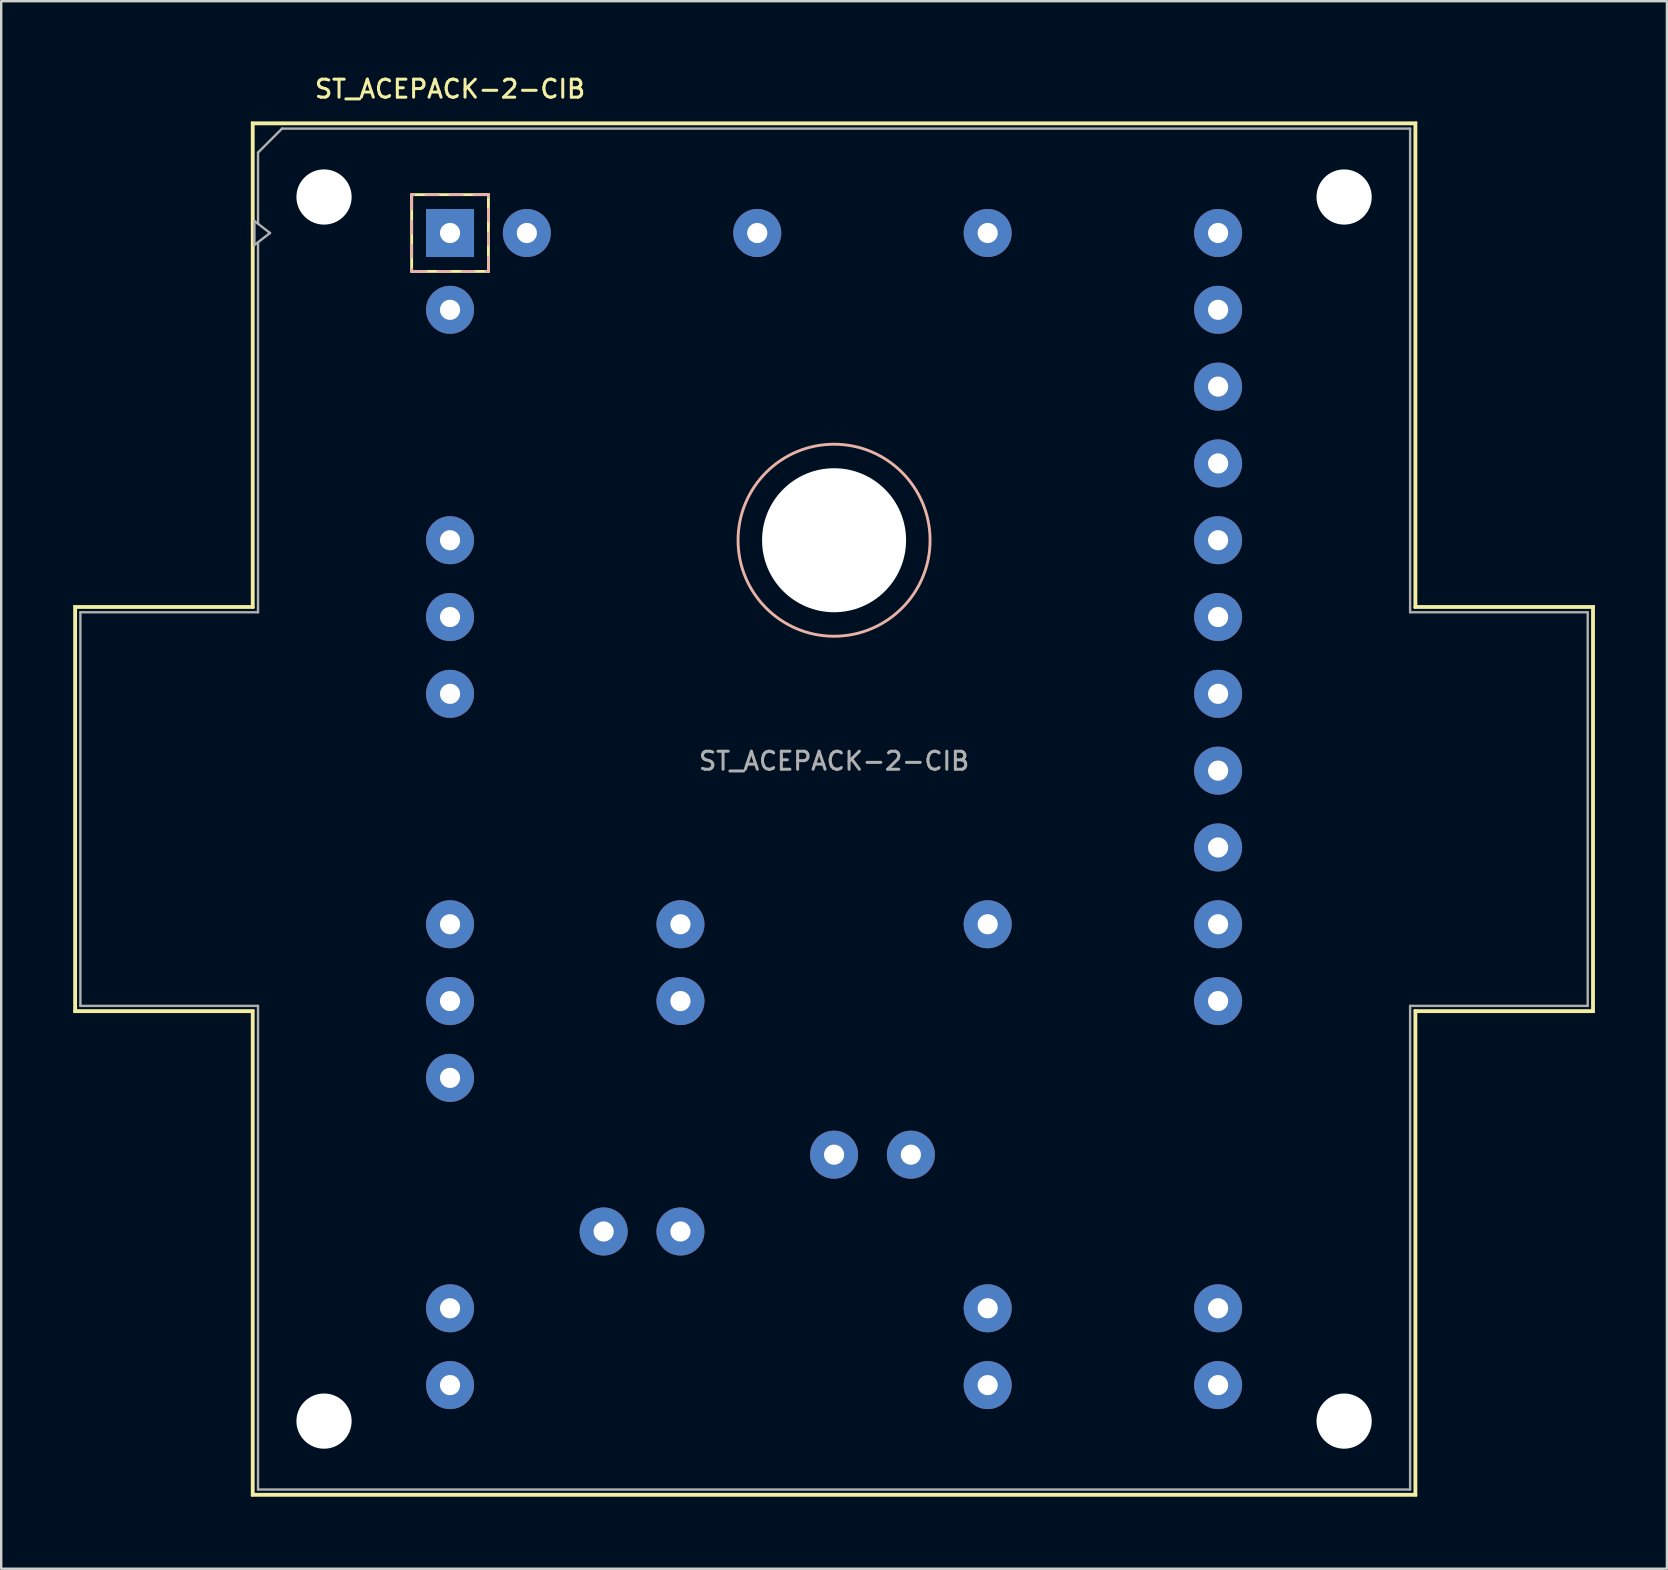
<source format=kicad_pcb>
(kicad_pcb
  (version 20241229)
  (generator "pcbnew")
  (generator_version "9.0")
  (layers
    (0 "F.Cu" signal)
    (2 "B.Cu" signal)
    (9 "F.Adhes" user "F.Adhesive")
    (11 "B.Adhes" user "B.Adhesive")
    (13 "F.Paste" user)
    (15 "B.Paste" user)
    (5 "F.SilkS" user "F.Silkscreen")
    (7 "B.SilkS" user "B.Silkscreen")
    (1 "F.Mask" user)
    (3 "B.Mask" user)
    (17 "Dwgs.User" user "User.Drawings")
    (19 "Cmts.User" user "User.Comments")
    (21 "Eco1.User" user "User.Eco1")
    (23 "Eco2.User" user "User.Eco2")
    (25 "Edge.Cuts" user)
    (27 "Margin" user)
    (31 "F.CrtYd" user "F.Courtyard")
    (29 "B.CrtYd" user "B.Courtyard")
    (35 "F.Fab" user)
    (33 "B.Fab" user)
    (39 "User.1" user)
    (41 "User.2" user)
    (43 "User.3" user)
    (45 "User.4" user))
  (footprint "ST_ACEPACK-2-CIB"
    (layer "F.Cu")
    (at 15.7 6.658)
    (property "Reference" "ST_ACEPACK-2-CIB" (at 0 -6 180) (layer "F.SilkS") (effects (font (size 0.75 0.75) (thickness 0.125))))
    (attr through_hole)
    (fp_line (start -15.65 15.55) (end -15.65 32.45) (stroke (width 0.1) (type solid)) (layer "F.SilkS"))
    (fp_line (start -15.65 32.45) (end -8.25 32.45) (stroke (width 0.1) (type solid)) (layer "F.SilkS"))
    (fp_line (start -15.6 15.6) (end -15.6 32.4) (stroke (width 0.12) (type solid)) (layer "F.SilkS"))
    (fp_line (start -15.6 32.4) (end -8.2 32.4) (stroke (width 0.12) (type solid)) (layer "F.SilkS"))
    (fp_line (start -8.25 -4.6) (end -8.25 15.55) (stroke (width 0.1) (type solid)) (layer "F.SilkS"))
    (fp_line (start -8.25 15.55) (end -15.65 15.55) (stroke (width 0.1) (type solid)) (layer "F.SilkS"))
    (fp_line (start -8.25 32.45) (end -8.25 52.6) (stroke (width 0.1) (type solid)) (layer "F.SilkS"))
    (fp_line (start -8.25 52.6) (end 40.25 52.6) (stroke (width 0.1) (type solid)) (layer "F.SilkS"))
    (fp_line (start -8.2 -4.55) (end -8.2 15.6) (stroke (width 0.12) (type solid)) (layer "F.SilkS"))
    (fp_line (start -8.2 15.6) (end -15.6 15.6) (stroke (width 0.12) (type solid)) (layer "F.SilkS"))
    (fp_line (start -8.2 32.4) (end -8.2 52.55) (stroke (width 0.12) (type solid)) (layer "F.SilkS"))
    (fp_line (start -8.2 52.55) (end 40.2 52.55) (stroke (width 0.12) (type solid)) (layer "F.SilkS"))
    (fp_line (start -1.6 -1.6) (end 1.6 -1.6) (stroke (width 0.12) (type solid)) (layer "F.SilkS"))
    (fp_line (start -1.6 1.6) (end -1.6 -1.6) (stroke (width 0.12) (type solid)) (layer "F.SilkS"))
    (fp_line (start 1.6 -1.6) (end 1.6 1.6) (stroke (width 0.12) (type solid)) (layer "F.SilkS"))
    (fp_line (start 1.6 1.6) (end -1.6 1.6) (stroke (width 0.12) (type solid)) (layer "F.SilkS"))
    (fp_line (start 40.2 -4.55) (end -8.2 -4.55) (stroke (width 0.12) (type solid)) (layer "F.SilkS"))
    (fp_line (start 40.2 15.6) (end 40.2 -4.55) (stroke (width 0.12) (type solid)) (layer "F.SilkS"))
    (fp_line (start 40.2 32.4) (end 47.6 32.4) (stroke (width 0.12) (type solid)) (layer "F.SilkS"))
    (fp_line (start 40.2 52.55) (end 40.2 32.4) (stroke (width 0.12) (type solid)) (layer "F.SilkS"))
    (fp_line (start 40.25 -4.6) (end -8.25 -4.6) (stroke (width 0.1) (type solid)) (layer "F.SilkS"))
    (fp_line (start 40.25 15.55) (end 40.25 -4.6) (stroke (width 0.1) (type solid)) (layer "F.SilkS"))
    (fp_line (start 40.25 32.45) (end 47.65 32.45) (stroke (width 0.1) (type solid)) (layer "F.SilkS"))
    (fp_line (start 40.25 52.6) (end 40.25 32.45) (stroke (width 0.1) (type solid)) (layer "F.SilkS"))
    (fp_line (start 47.6 15.6) (end 40.2 15.6) (stroke (width 0.12) (type solid)) (layer "F.SilkS"))
    (fp_line (start 47.6 32.4) (end 47.6 15.6) (stroke (width 0.12) (type solid)) (layer "F.SilkS"))
    (fp_line (start 47.65 15.55) (end 40.25 15.55) (stroke (width 0.1) (type solid)) (layer "F.SilkS"))
    (fp_line (start 47.65 32.45) (end 47.65 15.55) (stroke (width 0.1) (type solid)) (layer "F.SilkS"))
    (fp_line (start -1.6 -1.6) (end -1.6 -1) (stroke (width 0.12) (type solid)) (layer "B.SilkS"))
    (fp_line (start -1.6 -0.5) (end -1.6 0) (stroke (width 0.12) (type solid)) (layer "B.SilkS"))
    (fp_line (start -1.6 0.5) (end -1.6 1) (stroke (width 0.12) (type solid)) (layer "B.SilkS"))
    (fp_line (start -1.6 1.5) (end -1.6 1.6) (stroke (width 0.12) (type solid)) (layer "B.SilkS"))
    (fp_line (start -1.6 1.6) (end -1 1.6) (stroke (width 0.12) (type solid)) (layer "B.SilkS"))
    (fp_line (start -1.5 -1.6) (end -1.6 -1.6) (stroke (width 0.12) (type solid)) (layer "B.SilkS"))
    (fp_line (start -0.5 -1.6) (end -1 -1.6) (stroke (width 0.12) (type solid)) (layer "B.SilkS"))
    (fp_line (start -0.5 1.6) (end 0 1.6) (stroke (width 0.12) (type solid)) (layer "B.SilkS"))
    (fp_line (start 0.5 -1.6) (end 0 -1.6) (stroke (width 0.12) (type solid)) (layer "B.SilkS"))
    (fp_line (start 0.5 1.6) (end 1 1.6) (stroke (width 0.12) (type solid)) (layer "B.SilkS"))
    (fp_line (start 1.5 1.6) (end 1.6 1.6) (stroke (width 0.12) (type solid)) (layer "B.SilkS"))
    (fp_line (start 1.6 -1.6) (end 1 -1.6) (stroke (width 0.12) (type solid)) (layer "B.SilkS"))
    (fp_line (start 1.6 -1.5) (end 1.6 -1.6) (stroke (width 0.12) (type solid)) (layer "B.SilkS"))
    (fp_line (start 1.6 -0.5) (end 1.6 -1) (stroke (width 0.12) (type solid)) (layer "B.SilkS"))
    (fp_line (start 1.6 0.5) (end 1.6 0) (stroke (width 0.12) (type solid)) (layer "B.SilkS"))
    (fp_line (start 1.6 1.6) (end 1.6 1) (stroke (width 0.12) (type solid)) (layer "B.SilkS"))
    (fp_circle (center 16 12.8) (end 16 16.8) (stroke (width 0.12) (type solid)) (fill no) (layer "B.SilkS"))
    (fp_line (start -15.4 15.8) (end -15.4 32.2) (stroke (width 0.1) (type solid)) (layer "F.Fab"))
    (fp_line (start -15.4 15.8) (end -8 15.8) (stroke (width 0.1) (type solid)) (layer "F.Fab"))
    (fp_line (start -15.4 32.2) (end -8 32.2) (stroke (width 0.1) (type solid)) (layer "F.Fab"))
    (fp_line (start -8.15 -0.5) (end -8.15 0.5) (stroke (width 0.1) (type solid)) (layer "F.Fab"))
    (fp_line (start -8.15 0.5) (end -7.5 0) (stroke (width 0.1) (type solid)) (layer "F.Fab"))
    (fp_line (start -8 -0.4) (end -8 -3.35) (stroke (width 0.1) (type solid)) (layer "F.Fab"))
    (fp_line (start -8 0.4) (end -8 15.8) (stroke (width 0.1) (type solid)) (layer "F.Fab"))
    (fp_line (start -8 32.2) (end -8 52.35) (stroke (width 0.1) (type solid)) (layer "F.Fab"))
    (fp_line (start -8 52.35) (end 40 52.35) (stroke (width 0.1) (type solid)) (layer "F.Fab"))
    (fp_line (start -7.5 0) (end -8.15 -0.5) (stroke (width 0.1) (type solid)) (layer "F.Fab"))
    (fp_line (start -7 -4.35) (end -8 -3.35) (stroke (width 0.1) (type solid)) (layer "F.Fab"))
    (fp_line (start 40 -4.35) (end -7 -4.35) (stroke (width 0.1) (type solid)) (layer "F.Fab"))
    (fp_line (start 40 15.8) (end 40 -4.35) (stroke (width 0.1) (type solid)) (layer "F.Fab"))
    (fp_line (start 40 52.35) (end 40 32.2) (stroke (width 0.1) (type solid)) (layer "F.Fab"))
    (fp_line (start 47.4 15.8) (end 40 15.8) (stroke (width 0.1) (type solid)) (layer "F.Fab"))
    (fp_line (start 47.4 15.8) (end 47.4 32.2) (stroke (width 0.1) (type solid)) (layer "F.Fab"))
    (fp_line (start 47.4 32.2) (end 40 32.2) (stroke (width 0.1) (type solid)) (layer "F.Fab"))
    (fp_text user "${REFERENCE}" (at 16 22 0) (layer "F.Fab") (effects (font (size 0.75 0.75) (thickness 0.125))))
    (pad "" np_thru_hole circle (at -5.25 -1.5) (size 2.3 2.3) (drill 2.3) (layers "*.Cu" "*.Mask"))
    (pad "" np_thru_hole circle (at -5.25 49.5 90) (size 2.3 2.3) (drill 2.3) (layers "*.Cu" "*.Mask"))
    (pad "" np_thru_hole circle (at 16 12.8 90) (size 6 6) (drill 6) (layers "*.Cu" "*.Mask"))
    (pad "" np_thru_hole circle (at 37.25 -1.5 270) (size 2.3 2.3) (drill 2.3) (layers "*.Cu" "*.Mask"))
    (pad "" np_thru_hole circle (at 37.25 49.5 270) (size 2.3 2.3) (drill 2.3) (layers "*.Cu" "*.Mask"))
    (pad "B" thru_hole circle (at 22.4 28.8) (size 2 2) (drill 0.84) (layers "*.Cu" "*.Mask"))
    (pad "EU" thru_hole circle (at 32 19.2) (size 2 2) (drill 0.84) (layers "*.Cu" "*.Mask"))
    (pad "EU" thru_hole circle (at 32 22.4) (size 2 2) (drill 0.84) (layers "*.Cu" "*.Mask"))
    (pad "EV" thru_hole circle (at 32 9.6) (size 2 2) (drill 0.84) (layers "*.Cu" "*.Mask"))
    (pad "EV" thru_hole circle (at 32 12.8) (size 2 2) (drill 0.84) (layers "*.Cu" "*.Mask"))
    (pad "EW" thru_hole circle (at 32 0) (size 2 2) (drill 0.84) (layers "*.Cu" "*.Mask"))
    (pad "EW" thru_hole circle (at 32 3.2) (size 2 2) (drill 0.84) (layers "*.Cu" "*.Mask"))
    (pad "G1" thru_hole circle (at 0 28.8) (size 2 2) (drill 0.84) (layers "*.Cu" "*.Mask"))
    (pad "G2" thru_hole circle (at 32 25.6) (size 2 2) (drill 0.84) (layers "*.Cu" "*.Mask"))
    (pad "G3" thru_hole circle (at 0 12.8) (size 2 2) (drill 0.84) (layers "*.Cu" "*.Mask"))
    (pad "G4" thru_hole circle (at 32 16) (size 2 2) (drill 0.84) (layers "*.Cu" "*.Mask"))
    (pad "G5" thru_hole circle (at 3.2 0) (size 2 2) (drill 0.84) (layers "*.Cu" "*.Mask"))
    (pad "G6" thru_hole circle (at 32 6.4) (size 2 2) (drill 0.84) (layers "*.Cu" "*.Mask"))
    (pad "GB" thru_hole circle (at 32 32) (size 2 2) (drill 0.84) (layers "*.Cu" "*.Mask"))
    (pad "L1" thru_hole circle (at 16 38.4) (size 2 2) (drill 0.84) (layers "*.Cu" "*.Mask"))
    (pad "L1" thru_hole circle (at 19.2 38.4) (size 2 2) (drill 0.84) (layers "*.Cu" "*.Mask"))
    (pad "L2" thru_hole circle (at 6.4 41.6) (size 2 2) (drill 0.84) (layers "*.Cu" "*.Mask"))
    (pad "L2" thru_hole circle (at 9.6 41.6) (size 2 2) (drill 0.84) (layers "*.Cu" "*.Mask"))
    (pad "L3" thru_hole circle (at 0 44.8) (size 2 2) (drill 0.84) (layers "*.Cu" "*.Mask"))
    (pad "L3" thru_hole circle (at 0 48) (size 2 2) (drill 0.84) (layers "*.Cu" "*.Mask"))
    (pad "N" thru_hole circle (at 32 44.8) (size 2 2) (drill 0.84) (layers "*.Cu" "*.Mask"))
    (pad "N" thru_hole circle (at 32 48) (size 2 2) (drill 0.84) (layers "*.Cu" "*.Mask"))
    (pad "NB" thru_hole circle (at 32 28.8) (size 2 2) (drill 0.84) (layers "*.Cu" "*.Mask"))
    (pad "P" thru_hole circle (at 22.4 44.8) (size 2 2) (drill 0.84) (layers "*.Cu" "*.Mask"))
    (pad "P" thru_hole circle (at 22.4 48) (size 2 2) (drill 0.84) (layers "*.Cu" "*.Mask"))
    (pad "P1" thru_hole circle (at 9.6 28.8) (size 2 2) (drill 0.84) (layers "*.Cu" "*.Mask"))
    (pad "P1" thru_hole circle (at 9.6 32) (size 2 2) (drill 0.84) (layers "*.Cu" "*.Mask"))
    (pad "T1" thru_hole circle (at 22.4 0) (size 2 2) (drill 0.84) (layers "*.Cu" "*.Mask"))
    (pad "T2" thru_hole circle (at 12.8 0) (size 2 2) (drill 0.84) (layers "*.Cu" "*.Mask"))
    (pad "U" thru_hole circle (at 0 32) (size 2 2) (drill 0.84) (layers "*.Cu" "*.Mask"))
    (pad "U" thru_hole circle (at 0 35.2) (size 2 2) (drill 0.84) (layers "*.Cu" "*.Mask"))
    (pad "V" thru_hole circle (at 0 16) (size 2 2) (drill 0.84) (layers "*.Cu" "*.Mask"))
    (pad "V" thru_hole circle (at 0 19.2) (size 2 2) (drill 0.84) (layers "*.Cu" "*.Mask"))
    (pad "W" thru_hole rect (at 0 0) (size 2 2) (drill 0.84) (layers "*.Cu" "*.Mask"))
    (pad "W" thru_hole circle (at 0 3.2) (size 2 2) (drill 0.84) (layers "*.Cu" "*.Mask"))
    (zone (net_name "") (layers "F.Cu" "B.Cu") (name "MH") (hatch full 0.508) (connect_pads) (min_thickness 0.254) (filled_areas_thickness no) (keepout (tracks not_allowed) (vias not_allowed) (pads not_allowed) (copperpour not_allowed) (footprints not_allowed)) (placement (enabled no)) (fill) (polygon (pts (xy 9.905 30.658) (xy 9.886 30.232) (xy 9.828 29.809) (xy 9.732 29.393) (xy 9.598 28.987) (xy 9.429 28.596) (xy 9.225 28.221) (xy 8.987 27.866) (xy 8.718 27.534) (xy 8.421 27.228) (xy 8.097 26.951) (xy 7.749 26.703) (xy 7.38 26.489) (xy 6.993 26.308) (xy 6.591 26.164) (xy 6.178 26.056) (xy 5.757 25.986) (xy 5.331 25.955) (xy 4.905 25.962) (xy 4.48 26.008) (xy 4.062 26.093) (xy 3.653 26.215) (xy 3.256 26.373) (xy 2.876 26.567) (xy 2.515 26.795) (xy 2.176 27.054) (xy 1.861 27.343) (xy 1.575 27.659) (xy 1.318 28) (xy 1.093 28.363) (xy 0.902 28.744) (xy 0.746 29.142) (xy 0.627 29.552) (xy 0.545 29.971) (xy 0.502 30.395) (xy 0.498 30.822) (xy 0.532 31.248) (xy 0.605 31.668) (xy 0.715 32.081) (xy 0.863 32.481) (xy 1.046 32.867) (xy 1.263 33.234) (xy 1.513 33.581) (xy 1.793 33.903) (xy 2.101 34.198) (xy 2.434 34.465) (xy 2.791 34.7) (xy 3.167 34.901) (xy 3.56 35.068) (xy 3.966 35.199) (xy 4.383 35.292) (xy 4.806 35.347) (xy 5.233 35.363) (xy 5.659 35.341) (xy 6.082 35.28) (xy 6.497 35.181) (xy 6.901 35.045) (xy 7.292 34.872) (xy 7.665 34.666) (xy 8.018 34.426) (xy 8.348 34.155) (xy 8.652 33.855) (xy 8.928 33.529) (xy 9.173 33.179) (xy 9.385 32.809) (xy 9.562 32.421) (xy 9.704 32.018) (xy 9.809 31.604) (xy 9.876 31.183) (xy 9.904 30.757))))
    (zone (net_name "") (layers "F.Cu" "B.Cu") (name "MH") (hatch full 0.508) (connect_pads) (min_thickness 0.254) (filled_areas_thickness no) (keepout (tracks not_allowed) (vias not_allowed) (pads not_allowed) (copperpour not_allowed) (footprints not_allowed)) (placement (enabled no)) (fill) (polygon (pts (xy 62.905 30.658) (xy 62.886 30.232) (xy 62.828 29.809) (xy 62.732 29.393) (xy 62.598 28.987) (xy 62.429 28.596) (xy 62.225 28.221) (xy 61.987 27.866) (xy 61.718 27.534) (xy 61.421 27.228) (xy 61.097 26.951) (xy 60.749 26.703) (xy 60.38 26.489) (xy 59.993 26.308) (xy 59.591 26.164) (xy 59.178 26.056) (xy 58.757 25.986) (xy 58.331 25.955) (xy 57.905 25.962) (xy 57.48 26.008) (xy 57.062 26.093) (xy 56.653 26.215) (xy 56.256 26.373) (xy 55.876 26.567) (xy 55.515 26.795) (xy 55.176 27.054) (xy 54.861 27.343) (xy 54.575 27.659) (xy 54.318 28) (xy 54.093 28.363) (xy 53.902 28.744) (xy 53.746 29.142) (xy 53.627 29.552) (xy 53.545 29.971) (xy 53.502 30.395) (xy 53.498 30.822) (xy 53.532 31.248) (xy 53.605 31.668) (xy 53.715 32.081) (xy 53.863 32.481) (xy 54.046 32.867) (xy 54.263 33.234) (xy 54.513 33.581) (xy 54.793 33.903) (xy 55.101 34.198) (xy 55.434 34.465) (xy 55.791 34.7) (xy 56.167 34.901) (xy 56.56 35.068) (xy 56.966 35.199) (xy 57.383 35.292) (xy 57.806 35.347) (xy 58.233 35.363) (xy 58.659 35.341) (xy 59.082 35.28) (xy 59.497 35.181) (xy 59.901 35.045) (xy 60.292 34.872) (xy 60.665 34.666) (xy 61.018 34.426) (xy 61.348 34.155) (xy 61.652 33.855) (xy 61.928 33.529) (xy 62.173 33.179) (xy 62.385 32.809) (xy 62.562 32.421) (xy 62.704 32.018) (xy 62.809 31.604) (xy 62.876 31.183) (xy 62.904 30.757)))))
  (gr_rect
    (start -3 -3)
    (end 66.4 62.308)
    (stroke (width 0.1) (type default))
    (fill no)
    (layer "Edge.Cuts")))
</source>
